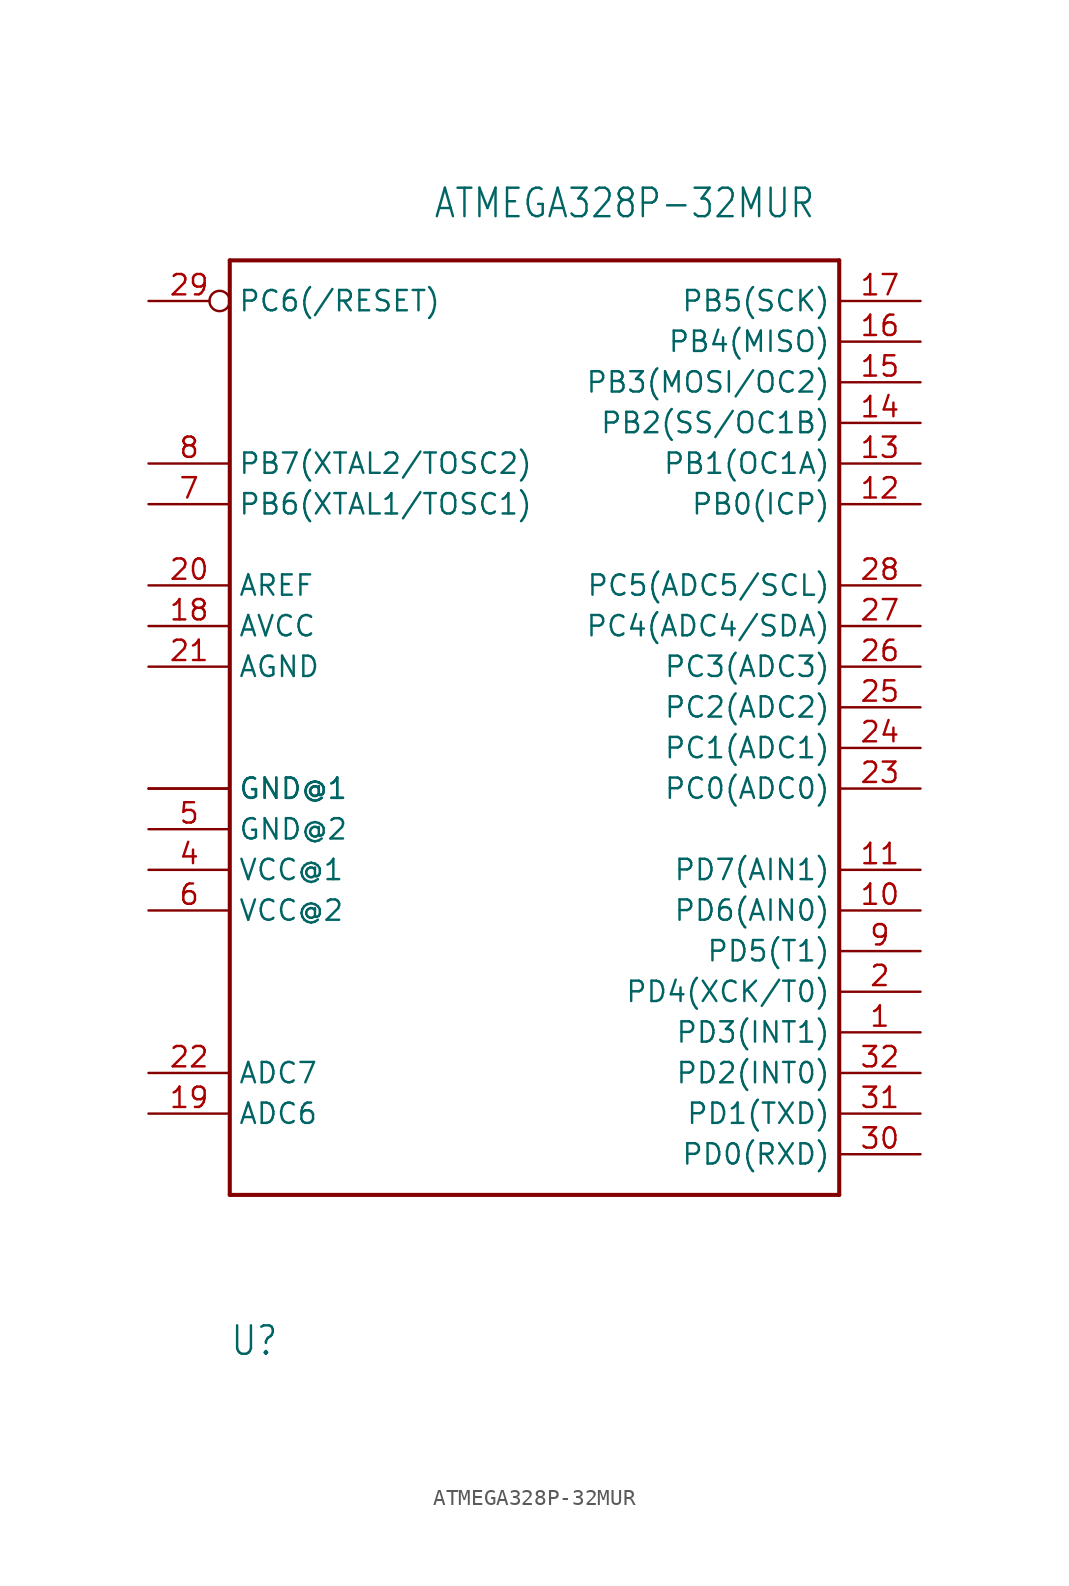
<source format=kicad_sym>
(kicad_symbol_lib
  (version 20211014)
  (generator kicad_symbol_editor)
  (symbol "ATMEGA328P-32MUR"
    (property "Reference" "U"
      (at -17.78 -40.64 0)
      (effects (font (size 1.778 1.511)) (justify left bottom)))
    (property "Value" "ATMEGA328P-32MUR"
      (at -5.08 30.48 0)
      (effects (font (size 1.778 1.511)) (justify left bottom)))
    (property "ki_locked" ""
      (at 0 0 0)
      (effects (font (size 1.27 1.27))))
    (symbol "ATMEGA328P-32MUR_1_0"
      (polyline (pts (xy -17.78 -30.48) (xy -17.78 27.94)) (stroke (width 0.254) (type default) (color 0 0 0 0)) (fill (type none)))
      (polyline (pts (xy -17.78 27.94) (xy 20.32 27.94)) (stroke (width 0.254) (type default) (color 0 0 0 0)) (fill (type none)))
      (polyline (pts (xy 20.32 -30.48) (xy -17.78 -30.48)) (stroke (width 0.254) (type default) (color 0 0 0 0)) (fill (type none)))
      (polyline (pts (xy 20.32 27.94) (xy 20.32 -30.48)) (stroke (width 0.254) (type default) (color 0 0 0 0)) (fill (type none)))
      (pin bidirectional line (at 25.4 -20.32 180) (length 5.08) (name "PD3(INT1)" (effects (font (size 1.27 1.27)))) (number "1" (effects (font (size 1.27 1.27)))))
      (pin bidirectional line (at 25.4 -12.7 180) (length 5.08) (name "PD6(AIN0)" (effects (font (size 1.27 1.27)))) (number "10" (effects (font (size 1.27 1.27)))))
      (pin bidirectional line (at 25.4 -10.16 180) (length 5.08) (name "PD7(AIN1)" (effects (font (size 1.27 1.27)))) (number "11" (effects (font (size 1.27 1.27)))))
      (pin bidirectional line (at 25.4 12.7 180) (length 5.08) (name "PB0(ICP)" (effects (font (size 1.27 1.27)))) (number "12" (effects (font (size 1.27 1.27)))))
      (pin bidirectional line (at 25.4 15.24 180) (length 5.08) (name "PB1(OC1A)" (effects (font (size 1.27 1.27)))) (number "13" (effects (font (size 1.27 1.27)))))
      (pin bidirectional line (at 25.4 17.78 180) (length 5.08) (name "PB2(SS/OC1B)" (effects (font (size 1.27 1.27)))) (number "14" (effects (font (size 1.27 1.27)))))
      (pin bidirectional line (at 25.4 20.32 180) (length 5.08) (name "PB3(MOSI/OC2)" (effects (font (size 1.27 1.27)))) (number "15" (effects (font (size 1.27 1.27)))))
      (pin bidirectional line (at 25.4 22.86 180) (length 5.08) (name "PB4(MISO)" (effects (font (size 1.27 1.27)))) (number "16" (effects (font (size 1.27 1.27)))))
      (pin bidirectional line (at 25.4 25.4 180) (length 5.08) (name "PB5(SCK)" (effects (font (size 1.27 1.27)))) (number "17" (effects (font (size 1.27 1.27)))))
      (pin bidirectional line (at -22.86 5.08 0) (length 5.08) (name "AVCC" (effects (font (size 1.27 1.27)))) (number "18" (effects (font (size 1.27 1.27)))))
      (pin bidirectional line (at -22.86 -25.4 0) (length 5.08) (name "ADC6" (effects (font (size 1.27 1.27)))) (number "19" (effects (font (size 1.27 1.27)))))
      (pin bidirectional line (at 25.4 -17.78 180) (length 5.08) (name "PD4(XCK/T0)" (effects (font (size 1.27 1.27)))) (number "2" (effects (font (size 1.27 1.27)))))
      (pin bidirectional line (at -22.86 7.62 0) (length 5.08) (name "AREF" (effects (font (size 1.27 1.27)))) (number "20" (effects (font (size 1.27 1.27)))))
      (pin bidirectional line (at -22.86 2.54 0) (length 5.08) (name "AGND" (effects (font (size 1.27 1.27)))) (number "21" (effects (font (size 1.27 1.27)))))
      (pin bidirectional line (at -22.86 -22.86 0) (length 5.08) (name "ADC7" (effects (font (size 1.27 1.27)))) (number "22" (effects (font (size 1.27 1.27)))))
      (pin bidirectional line (at 25.4 -5.08 180) (length 5.08) (name "PC0(ADC0)" (effects (font (size 1.27 1.27)))) (number "23" (effects (font (size 1.27 1.27)))))
      (pin bidirectional line (at 25.4 -2.54 180) (length 5.08) (name "PC1(ADC1)" (effects (font (size 1.27 1.27)))) (number "24" (effects (font (size 1.27 1.27)))))
      (pin bidirectional line (at 25.4 0 180) (length 5.08) (name "PC2(ADC2)" (effects (font (size 1.27 1.27)))) (number "25" (effects (font (size 1.27 1.27)))))
      (pin bidirectional line (at 25.4 2.54 180) (length 5.08) (name "PC3(ADC3)" (effects (font (size 1.27 1.27)))) (number "26" (effects (font (size 1.27 1.27)))))
      (pin bidirectional line (at 25.4 5.08 180) (length 5.08) (name "PC4(ADC4/SDA)" (effects (font (size 1.27 1.27)))) (number "27" (effects (font (size 1.27 1.27)))))
      (pin bidirectional line (at 25.4 7.62 180) (length 5.08) (name "PC5(ADC5/SCL)" (effects (font (size 1.27 1.27)))) (number "28" (effects (font (size 1.27 1.27)))))
      (pin bidirectional inverted (at -22.86 25.4 0) (length 5.08) (name "PC6(/RESET)" (effects (font (size 1.27 1.27)))) (number "29" (effects (font (size 1.27 1.27)))))
      (pin bidirectional line (at -22.86 -5.08 0) (length 5.08) (name "GND@1" (effects (font (size 1.27 1.27)))) (number "3" (effects (font (size 0 0)))))
      (pin bidirectional line (at 25.4 -27.94 180) (length 5.08) (name "PD0(RXD)" (effects (font (size 1.27 1.27)))) (number "30" (effects (font (size 1.27 1.27)))))
      (pin bidirectional line (at 25.4 -25.4 180) (length 5.08) (name "PD1(TXD)" (effects (font (size 1.27 1.27)))) (number "31" (effects (font (size 1.27 1.27)))))
      (pin bidirectional line (at 25.4 -22.86 180) (length 5.08) (name "PD2(INT0)" (effects (font (size 1.27 1.27)))) (number "32" (effects (font (size 1.27 1.27)))))
      (pin bidirectional line (at -22.86 -5.08 0) (length 5.08) (name "GND@1" (effects (font (size 1.27 1.27)))) (number "33" (effects (font (size 0 0)))))
      (pin bidirectional line (at -22.86 -10.16 0) (length 5.08) (name "VCC@1" (effects (font (size 1.27 1.27)))) (number "4" (effects (font (size 1.27 1.27)))))
      (pin bidirectional line (at -22.86 -7.62 0) (length 5.08) (name "GND@2" (effects (font (size 1.27 1.27)))) (number "5" (effects (font (size 1.27 1.27)))))
      (pin bidirectional line (at -22.86 -12.7 0) (length 5.08) (name "VCC@2" (effects (font (size 1.27 1.27)))) (number "6" (effects (font (size 1.27 1.27)))))
      (pin bidirectional line (at -22.86 12.7 0) (length 5.08) (name "PB6(XTAL1/TOSC1)" (effects (font (size 1.27 1.27)))) (number "7" (effects (font (size 1.27 1.27)))))
      (pin bidirectional line (at -22.86 15.24 0) (length 5.08) (name "PB7(XTAL2/TOSC2)" (effects (font (size 1.27 1.27)))) (number "8" (effects (font (size 1.27 1.27)))))
      (pin bidirectional line (at 25.4 -15.24 180) (length 5.08) (name "PD5(T1)" (effects (font (size 1.27 1.27)))) (number "9" (effects (font (size 1.27 1.27))))))))
</source>
